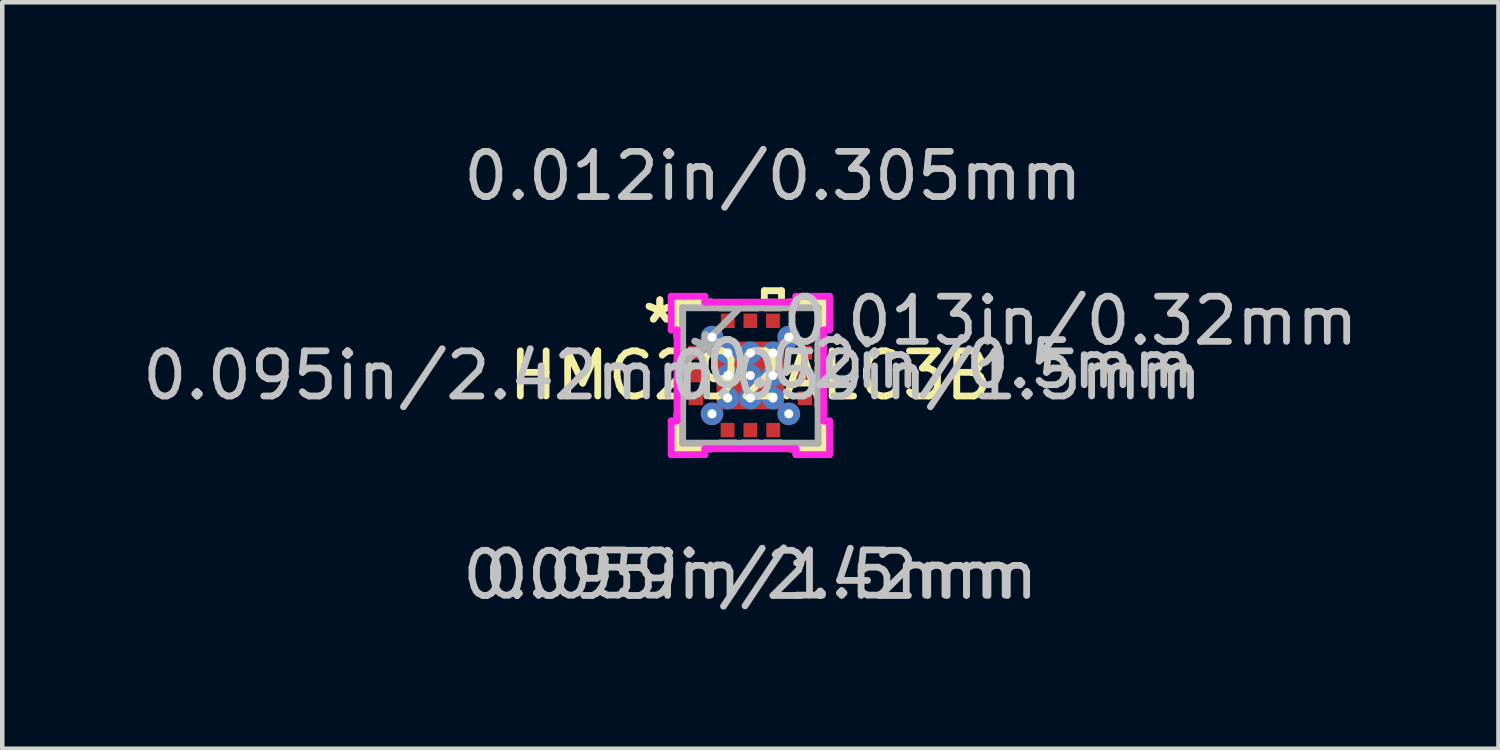
<source format=kicad_pcb>
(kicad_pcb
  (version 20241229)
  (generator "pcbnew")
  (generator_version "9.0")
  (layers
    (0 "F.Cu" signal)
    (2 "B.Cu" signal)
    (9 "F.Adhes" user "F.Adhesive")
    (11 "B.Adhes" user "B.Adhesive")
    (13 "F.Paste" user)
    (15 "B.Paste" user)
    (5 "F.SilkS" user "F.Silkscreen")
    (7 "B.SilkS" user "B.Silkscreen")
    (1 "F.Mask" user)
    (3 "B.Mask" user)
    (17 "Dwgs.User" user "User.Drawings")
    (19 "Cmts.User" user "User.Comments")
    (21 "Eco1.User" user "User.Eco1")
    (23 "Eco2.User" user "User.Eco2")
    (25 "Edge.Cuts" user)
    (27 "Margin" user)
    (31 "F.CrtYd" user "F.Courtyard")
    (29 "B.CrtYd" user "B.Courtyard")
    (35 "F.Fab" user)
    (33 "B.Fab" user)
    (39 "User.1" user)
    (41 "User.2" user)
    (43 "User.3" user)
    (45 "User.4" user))
  (footprint "HMC292ALC3B"
    (layer "F.Cu")
    (at 13.57 5.266)
    (property "Reference" "HMC292ALC3B" (at 0 0 0) (layer "F.SilkS") (effects (font (size 1 1) (thickness 0.15))))
    (attr through_hole)
    (fp_line (start -1.627 -1.627) (end -1.627 -0.864) (stroke (width 0.152) (type solid)) (layer "F.SilkS"))
    (fp_line (start -1.627 0.864) (end -1.627 1.627) (stroke (width 0.152) (type solid)) (layer "F.SilkS"))
    (fp_line (start -1.627 1.627) (end -0.864 1.627) (stroke (width 0.152) (type solid)) (layer "F.SilkS"))
    (fp_line (start -0.864 -1.627) (end -1.627 -1.627) (stroke (width 0.152) (type solid)) (layer "F.SilkS"))
    (fp_line (start 0.309 -1.878) (end 0.69 -1.878) (stroke (width 0.152) (type solid)) (layer "F.SilkS"))
    (fp_line (start 0.309 -1.624) (end 0.309 -1.878) (stroke (width 0.152) (type solid)) (layer "F.SilkS"))
    (fp_line (start 0.69 -1.878) (end 0.69 -1.624) (stroke (width 0.152) (type solid)) (layer "F.SilkS"))
    (fp_line (start 0.69 -1.624) (end 0.309 -1.624) (stroke (width 0.152) (type solid)) (layer "F.SilkS"))
    (fp_line (start 0.864 1.627) (end 1.627 1.627) (stroke (width 0.152) (type solid)) (layer "F.SilkS"))
    (fp_line (start 1.627 -1.627) (end 0.864 -1.627) (stroke (width 0.152) (type solid)) (layer "F.SilkS"))
    (fp_line (start 1.627 -0.864) (end 1.627 -1.627) (stroke (width 0.152) (type solid)) (layer "F.SilkS"))
    (fp_line (start 1.627 1.627) (end 1.627 0.864) (stroke (width 0.152) (type solid)) (layer "F.SilkS"))
    (fp_line (start -0.75 -0.75) (end -0.75 0.75) (stroke (width 0.152) (type solid)) (layer "F.Paste"))
    (fp_line (start -0.75 0.75) (end 0.75 0.75) (stroke (width 0.152) (type solid)) (layer "F.Paste"))
    (fp_line (start 0.75 -0.75) (end -0.75 -0.75) (stroke (width 0.152) (type solid)) (layer "F.Paste"))
    (fp_line (start 0.75 0.75) (end 0.75 -0.75) (stroke (width 0.152) (type solid)) (layer "F.Paste"))
    (fp_line (start -1.754 -1.754) (end -1.008 -1.754) (stroke (width 0.152) (type solid)) (layer "F.CrtYd"))
    (fp_line (start -1.754 -1.008) (end -1.754 -1.754) (stroke (width 0.152) (type solid)) (layer "F.CrtYd"))
    (fp_line (start -1.754 1.008) (end -1.624 1.008) (stroke (width 0.152) (type solid)) (layer "F.CrtYd"))
    (fp_line (start -1.754 1.754) (end -1.754 1.008) (stroke (width 0.152) (type solid)) (layer "F.CrtYd"))
    (fp_line (start -1.624 -1.008) (end -1.754 -1.008) (stroke (width 0.152) (type solid)) (layer "F.CrtYd"))
    (fp_line (start -1.624 1.008) (end -1.624 -1.008) (stroke (width 0.152) (type solid)) (layer "F.CrtYd"))
    (fp_line (start -1.008 -1.754) (end -1.008 -1.624) (stroke (width 0.152) (type solid)) (layer "F.CrtYd"))
    (fp_line (start -1.008 -1.624) (end 1.008 -1.624) (stroke (width 0.152) (type solid)) (layer "F.CrtYd"))
    (fp_line (start -1.008 1.624) (end -1.008 1.754) (stroke (width 0.152) (type solid)) (layer "F.CrtYd"))
    (fp_line (start -1.008 1.754) (end -1.754 1.754) (stroke (width 0.152) (type solid)) (layer "F.CrtYd"))
    (fp_line (start 1.008 -1.754) (end 1.754 -1.754) (stroke (width 0.152) (type solid)) (layer "F.CrtYd"))
    (fp_line (start 1.008 -1.624) (end 1.008 -1.754) (stroke (width 0.152) (type solid)) (layer "F.CrtYd"))
    (fp_line (start 1.008 1.624) (end -1.008 1.624) (stroke (width 0.152) (type solid)) (layer "F.CrtYd"))
    (fp_line (start 1.008 1.754) (end 1.008 1.624) (stroke (width 0.152) (type solid)) (layer "F.CrtYd"))
    (fp_line (start 1.624 -1.008) (end 1.624 1.008) (stroke (width 0.152) (type solid)) (layer "F.CrtYd"))
    (fp_line (start 1.624 1.008) (end 1.754 1.008) (stroke (width 0.152) (type solid)) (layer "F.CrtYd"))
    (fp_line (start 1.754 -1.754) (end 1.754 -1.008) (stroke (width 0.152) (type solid)) (layer "F.CrtYd"))
    (fp_line (start 1.754 -1.008) (end 1.624 -1.008) (stroke (width 0.152) (type solid)) (layer "F.CrtYd"))
    (fp_line (start 1.754 1.008) (end 1.754 1.754) (stroke (width 0.152) (type solid)) (layer "F.CrtYd"))
    (fp_line (start 1.754 1.754) (end 1.008 1.754) (stroke (width 0.152) (type solid)) (layer "F.CrtYd"))
    (fp_line (start -1.5 -1.5) (end -1.5 1.5) (stroke (width 0.152) (type solid)) (layer "F.Fab"))
    (fp_line (start -1.5 -0.68) (end -1.5 -0.68) (stroke (width 0.152) (type solid)) (layer "F.Fab"))
    (fp_line (start -1.5 -0.68) (end -1.5 -0.32) (stroke (width 0.152) (type solid)) (layer "F.Fab"))
    (fp_line (start -1.5 -0.32) (end -1.5 -0.68) (stroke (width 0.152) (type solid)) (layer "F.Fab"))
    (fp_line (start -1.5 -0.32) (end -1.5 -0.32) (stroke (width 0.152) (type solid)) (layer "F.Fab"))
    (fp_line (start -1.5 -0.23) (end -0.23 -1.5) (stroke (width 0.152) (type solid)) (layer "F.Fab"))
    (fp_line (start -1.5 -0.18) (end -1.5 -0.18) (stroke (width 0.152) (type solid)) (layer "F.Fab"))
    (fp_line (start -1.5 -0.18) (end -1.5 0.18) (stroke (width 0.152) (type solid)) (layer "F.Fab"))
    (fp_line (start -1.5 0.18) (end -1.5 -0.18) (stroke (width 0.152) (type solid)) (layer "F.Fab"))
    (fp_line (start -1.5 0.18) (end -1.5 0.18) (stroke (width 0.152) (type solid)) (layer "F.Fab"))
    (fp_line (start -1.5 0.32) (end -1.5 0.32) (stroke (width 0.152) (type solid)) (layer "F.Fab"))
    (fp_line (start -1.5 0.32) (end -1.5 0.68) (stroke (width 0.152) (type solid)) (layer "F.Fab"))
    (fp_line (start -1.5 0.68) (end -1.5 0.32) (stroke (width 0.152) (type solid)) (layer "F.Fab"))
    (fp_line (start -1.5 0.68) (end -1.5 0.68) (stroke (width 0.152) (type solid)) (layer "F.Fab"))
    (fp_line (start -1.5 1.5) (end 1.5 1.5) (stroke (width 0.152) (type solid)) (layer "F.Fab"))
    (fp_line (start -0.68 -1.5) (end -0.68 -1.5) (stroke (width 0.152) (type solid)) (layer "F.Fab"))
    (fp_line (start -0.68 -1.5) (end -0.32 -1.5) (stroke (width 0.152) (type solid)) (layer "F.Fab"))
    (fp_line (start -0.68 1.5) (end -0.68 1.5) (stroke (width 0.152) (type solid)) (layer "F.Fab"))
    (fp_line (start -0.68 1.5) (end -0.32 1.5) (stroke (width 0.152) (type solid)) (layer "F.Fab"))
    (fp_line (start -0.32 -1.5) (end -0.68 -1.5) (stroke (width 0.152) (type solid)) (layer "F.Fab"))
    (fp_line (start -0.32 -1.5) (end -0.32 -1.5) (stroke (width 0.152) (type solid)) (layer "F.Fab"))
    (fp_line (start -0.32 1.5) (end -0.68 1.5) (stroke (width 0.152) (type solid)) (layer "F.Fab"))
    (fp_line (start -0.32 1.5) (end -0.32 1.5) (stroke (width 0.152) (type solid)) (layer "F.Fab"))
    (fp_line (start -0.18 -1.5) (end -0.18 -1.5) (stroke (width 0.152) (type solid)) (layer "F.Fab"))
    (fp_line (start -0.18 -1.5) (end 0.18 -1.5) (stroke (width 0.152) (type solid)) (layer "F.Fab"))
    (fp_line (start -0.18 1.5) (end -0.18 1.5) (stroke (width 0.152) (type solid)) (layer "F.Fab"))
    (fp_line (start -0.18 1.5) (end 0.18 1.5) (stroke (width 0.152) (type solid)) (layer "F.Fab"))
    (fp_line (start 0.18 -1.5) (end -0.18 -1.5) (stroke (width 0.152) (type solid)) (layer "F.Fab"))
    (fp_line (start 0.18 -1.5) (end 0.18 -1.5) (stroke (width 0.152) (type solid)) (layer "F.Fab"))
    (fp_line (start 0.18 1.5) (end -0.18 1.5) (stroke (width 0.152) (type solid)) (layer "F.Fab"))
    (fp_line (start 0.18 1.5) (end 0.18 1.5) (stroke (width 0.152) (type solid)) (layer "F.Fab"))
    (fp_line (start 0.32 -1.5) (end 0.32 -1.5) (stroke (width 0.152) (type solid)) (layer "F.Fab"))
    (fp_line (start 0.32 -1.5) (end 0.68 -1.5) (stroke (width 0.152) (type solid)) (layer "F.Fab"))
    (fp_line (start 0.32 1.5) (end 0.32 1.5) (stroke (width 0.152) (type solid)) (layer "F.Fab"))
    (fp_line (start 0.32 1.5) (end 0.68 1.5) (stroke (width 0.152) (type solid)) (layer "F.Fab"))
    (fp_line (start 0.68 -1.5) (end 0.32 -1.5) (stroke (width 0.152) (type solid)) (layer "F.Fab"))
    (fp_line (start 0.68 -1.5) (end 0.68 -1.5) (stroke (width 0.152) (type solid)) (layer "F.Fab"))
    (fp_line (start 0.68 1.5) (end 0.32 1.5) (stroke (width 0.152) (type solid)) (layer "F.Fab"))
    (fp_line (start 0.68 1.5) (end 0.68 1.5) (stroke (width 0.152) (type solid)) (layer "F.Fab"))
    (fp_line (start 1.5 -1.5) (end -1.5 -1.5) (stroke (width 0.152) (type solid)) (layer "F.Fab"))
    (fp_line (start 1.5 -0.68) (end 1.5 -0.68) (stroke (width 0.152) (type solid)) (layer "F.Fab"))
    (fp_line (start 1.5 -0.68) (end 1.5 -0.32) (stroke (width 0.152) (type solid)) (layer "F.Fab"))
    (fp_line (start 1.5 -0.32) (end 1.5 -0.68) (stroke (width 0.152) (type solid)) (layer "F.Fab"))
    (fp_line (start 1.5 -0.32) (end 1.5 -0.32) (stroke (width 0.152) (type solid)) (layer "F.Fab"))
    (fp_line (start 1.5 -0.18) (end 1.5 -0.18) (stroke (width 0.152) (type solid)) (layer "F.Fab"))
    (fp_line (start 1.5 -0.18) (end 1.5 0.18) (stroke (width 0.152) (type solid)) (layer "F.Fab"))
    (fp_line (start 1.5 0.18) (end 1.5 -0.18) (stroke (width 0.152) (type solid)) (layer "F.Fab"))
    (fp_line (start 1.5 0.18) (end 1.5 0.18) (stroke (width 0.152) (type solid)) (layer "F.Fab"))
    (fp_line (start 1.5 0.32) (end 1.5 0.32) (stroke (width 0.152) (type solid)) (layer "F.Fab"))
    (fp_line (start 1.5 0.32) (end 1.5 0.68) (stroke (width 0.152) (type solid)) (layer "F.Fab"))
    (fp_line (start 1.5 0.68) (end 1.5 0.32) (stroke (width 0.152) (type solid)) (layer "F.Fab"))
    (fp_line (start 1.5 0.68) (end 1.5 0.68) (stroke (width 0.152) (type solid)) (layer "F.Fab"))
    (fp_line (start 1.5 1.5) (end 1.5 -1.5) (stroke (width 0.152) (type solid)) (layer "F.Fab"))
    (fp_text user "*" (at -2.005 -1.131 0) (layer "F.SilkS") (effects (font (size 1 1) (thickness 0.15))))
    (fp_text user "*" (at -2.005 -1.131 0) (layer "F.SilkS") (effects (font (size 1 1) (thickness 0.15))))
    (fp_text user "0.059in/1.5mm" (at 4.106 0 0) (layer "Dwgs.User") (effects (font (size 1 1) (thickness 0.15))))
    (fp_text user "0.012in/0.305mm" (at 0.5 -4.418 0) (layer "Dwgs.User") (effects (font (size 1 1) (thickness 0.15))))
    (fp_text user "0.013in/0.32mm" (at 7.088 -1.21 0) (layer "Dwgs.User") (effects (font (size 1 1) (thickness 0.15))))
    (fp_text user "0.02in/0.5mm" (at 4.418 -0.25 0) (layer "Dwgs.User") (effects (font (size 1 1) (thickness 0.15))))
    (fp_text user "0.095in/2.42mm" (at 0 4.418 0) (layer "Dwgs.User") (effects (font (size 1 1) (thickness 0.15))))
    (fp_text user "0.095in/2.42mm" (at -7.088 0 0) (layer "Dwgs.User") (effects (font (size 1 1) (thickness 0.15))))
    (fp_text user "0.059in/1.5mm" (at 0 4.41 0) (layer "Dwgs.User") (effects (font (size 1 1) (thickness 0.15))))
    (fp_text user "Copyright 2016 Accelerated Designs. All rights reserved." (at 0 0 0) (layer "Cmts.User") (effects (font (size 0.127 0.127) (thickness 0.002))))
    (fp_text user "*" (at -0.992 -0.357 0) (layer "F.Fab") (effects (font (size 1 1) (thickness 0.15))))
    (fp_text user "*" (at -0.992 -0.357 0) (layer "F.Fab") (effects (font (size 1 1) (thickness 0.15))))
    (pad "1" smd rect (at -1.21 -0.505 90) (size 0.305 0.32) (layers "F.Cu" "F.Mask" "F.Paste"))
    (pad "2" smd rect (at -1.21 0 90) (size 0.305 0.32) (layers "F.Cu" "F.Mask" "F.Paste"))
    (pad "3" smd rect (at -1.21 0.505 90) (size 0.305 0.32) (layers "F.Cu" "F.Mask" "F.Paste"))
    (pad "4" smd rect (at -0.505 1.21) (size 0.305 0.32) (layers "F.Cu" "F.Mask" "F.Paste"))
    (pad "5" smd rect (at 0 1.21) (size 0.305 0.32) (layers "F.Cu" "F.Mask" "F.Paste"))
    (pad "6" smd rect (at 0.505 1.21) (size 0.305 0.32) (layers "F.Cu" "F.Mask" "F.Paste"))
    (pad "7" smd rect (at 1.21 0.505 90) (size 0.305 0.32) (layers "F.Cu" "F.Mask" "F.Paste"))
    (pad "8" smd rect (at 1.21 0 90) (size 0.305 0.32) (layers "F.Cu" "F.Mask" "F.Paste"))
    (pad "9" smd rect (at 1.21 -0.505 90) (size 0.305 0.32) (layers "F.Cu" "F.Mask" "F.Paste"))
    (pad "10" smd rect (at 0.5 -1.21) (size 0.305 0.32) (layers "F.Cu" "F.Mask" "F.Paste"))
    (pad "11" smd rect (at 0 -1.21) (size 0.305 0.32) (layers "F.Cu" "F.Mask" "F.Paste"))
    (pad "12" smd rect (at -0.5 -1.21) (size 0.305 0.32) (layers "F.Cu" "F.Mask" "F.Paste"))
    (pad "13" thru_hole circle (at -0.85 -0.85) (size 0.5 0.5) (drill 0.2) (layers "*.Cu" "*.Mask"))
    (pad "13" thru_hole circle (at -0.85 0.85) (size 0.5 0.5) (drill 0.2) (layers "*.Cu" "*.Mask"))
    (pad "13" thru_hole circle (at -0.5 -0.5) (size 0.5 0.5) (drill 0.2) (layers "*.Cu" "*.Mask"))
    (pad "13" thru_hole circle (at -0.5 0) (size 0.5 0.5) (drill 0.2) (layers "*.Cu" "*.Mask"))
    (pad "13" thru_hole circle (at -0.5 0.5) (size 0.5 0.5) (drill 0.2) (layers "*.Cu" "*.Mask"))
    (pad "13" thru_hole circle (at 0 -0.5) (size 0.5 0.5) (drill 0.2) (layers "*.Cu" "*.Mask"))
    (pad "13" thru_hole circle (at 0 0) (size 0.5 0.5) (drill 0.2) (layers "*.Cu" "*.Mask"))
    (pad "13" smd rect (at 0 0) (size 1.5 1.5) (layers "F.Cu" "F.Mask" "F.Paste"))
    (pad "13" thru_hole circle (at 0 0.5) (size 0.5 0.5) (drill 0.2) (layers "*.Cu" "*.Mask"))
    (pad "13" thru_hole circle (at 0.5 -0.5) (size 0.5 0.5) (drill 0.2) (layers "*.Cu" "*.Mask"))
    (pad "13" thru_hole circle (at 0.5 0) (size 0.5 0.5) (drill 0.2) (layers "*.Cu" "*.Mask"))
    (pad "13" thru_hole circle (at 0.5 0.5) (size 0.5 0.5) (drill 0.2) (layers "*.Cu" "*.Mask"))
    (pad "13" thru_hole circle (at 0.85 -0.85) (size 0.5 0.5) (drill 0.2) (layers "*.Cu" "*.Mask"))
    (pad "13" thru_hole circle (at 0.85 0.85) (size 0.5 0.5) (drill 0.2) (layers "*.Cu" "*.Mask")))
  (gr_rect
    (start -3 -3)
    (end 30.14 13.533)
    (stroke (width 0.1) (type default))
    (fill no)
    (layer "Edge.Cuts")))
</source>
